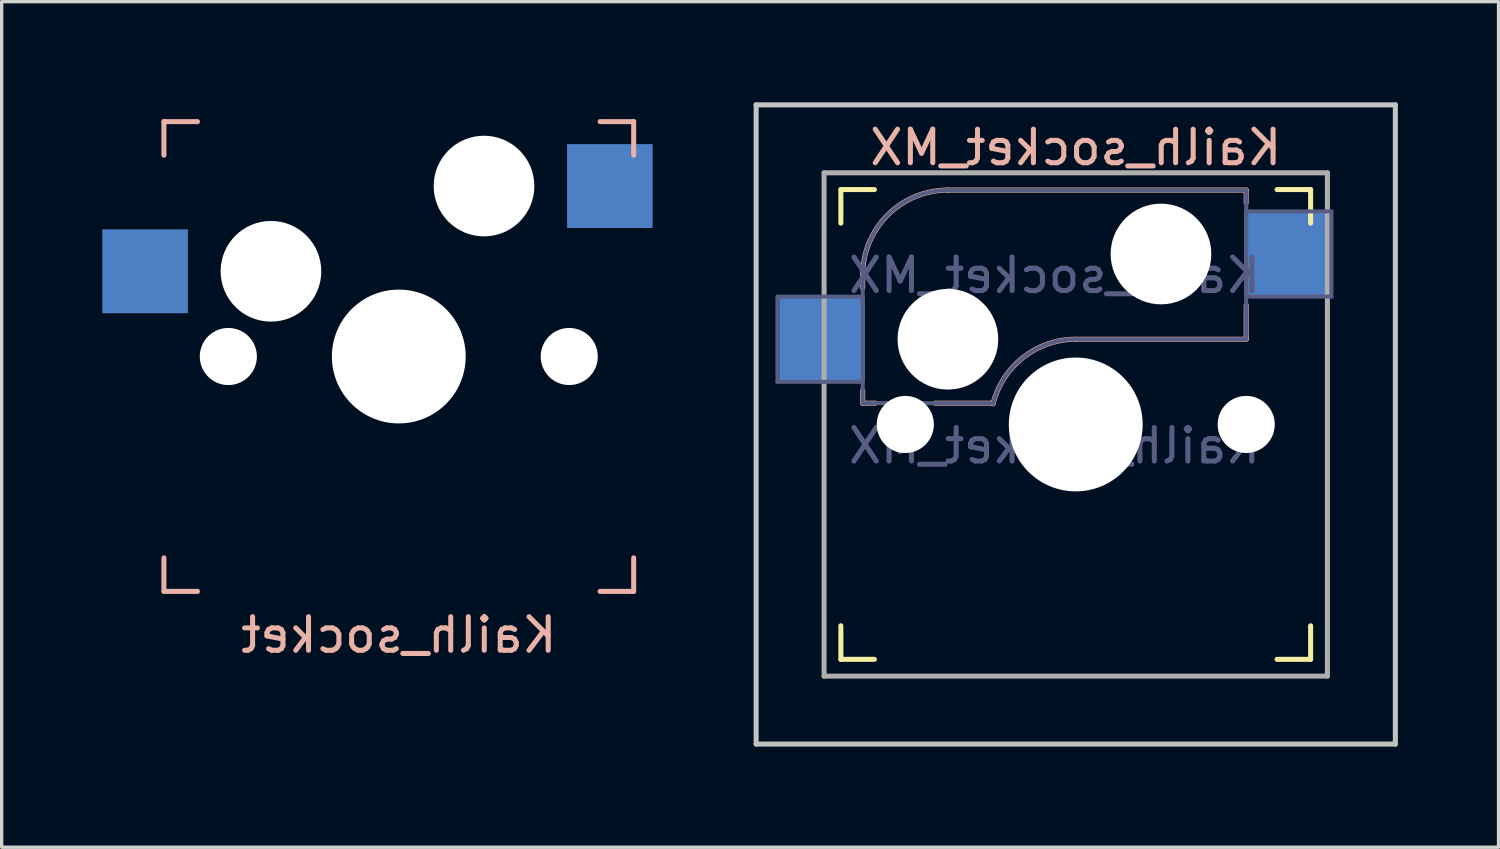
<source format=kicad_pcb>
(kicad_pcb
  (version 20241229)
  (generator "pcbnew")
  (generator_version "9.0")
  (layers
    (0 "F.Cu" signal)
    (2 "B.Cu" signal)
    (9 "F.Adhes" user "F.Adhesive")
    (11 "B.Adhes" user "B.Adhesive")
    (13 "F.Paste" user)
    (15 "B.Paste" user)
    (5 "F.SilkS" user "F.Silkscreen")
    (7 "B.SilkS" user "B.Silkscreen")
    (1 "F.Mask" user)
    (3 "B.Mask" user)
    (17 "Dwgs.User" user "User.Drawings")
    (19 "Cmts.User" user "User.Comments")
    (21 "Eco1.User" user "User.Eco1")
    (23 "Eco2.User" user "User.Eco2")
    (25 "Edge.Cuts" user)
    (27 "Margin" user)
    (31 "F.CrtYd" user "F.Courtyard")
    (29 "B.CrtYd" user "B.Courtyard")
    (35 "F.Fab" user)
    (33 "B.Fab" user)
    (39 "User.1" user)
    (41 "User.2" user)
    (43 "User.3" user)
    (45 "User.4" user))
  (footprint "Kailh_socket_MX"
    (layer "F.Cu")
    (at 29.01 9.6)
    (property "Reference" "Kailh_socket_MX" (at 0 -8.255 0) (layer "B.SilkS") (effects (font (size 1 1) (thickness 0.15)) (justify mirror)))
    (property "Value" "Kailh_socket_MX" (at 0 8.255 0) (layer "F.Fab") (hide yes) (effects (font (size 1 1) (thickness 0.15))))
    (attr smd)
    (fp_line (start -7 -6) (end -7 -7) (stroke (width 0.15) (type solid)) (layer "F.SilkS"))
    (fp_line (start -7 7) (end -7 6) (stroke (width 0.15) (type solid)) (layer "F.SilkS"))
    (fp_line (start -7 7) (end -6 7) (stroke (width 0.15) (type solid)) (layer "F.SilkS"))
    (fp_line (start -6 -7) (end -7 -7) (stroke (width 0.15) (type solid)) (layer "F.SilkS"))
    (fp_line (start 6 7) (end 7 7) (stroke (width 0.15) (type solid)) (layer "F.SilkS"))
    (fp_line (start 7 -7) (end 6 -7) (stroke (width 0.15) (type solid)) (layer "F.SilkS"))
    (fp_line (start 7 -7) (end 7 -6) (stroke (width 0.15) (type solid)) (layer "F.SilkS"))
    (fp_line (start 7 6) (end 7 7) (stroke (width 0.15) (type solid)) (layer "F.SilkS"))
    (fp_line (start -6.35 -4.445) (end -6.35 -4.064) (stroke (width 0.15) (type solid)) (layer "B.SilkS"))
    (fp_line (start -6.35 -1.016) (end -6.35 -0.635) (stroke (width 0.15) (type solid)) (layer "B.SilkS"))
    (fp_line (start -5.969 -0.635) (end -6.35 -0.635) (stroke (width 0.15) (type solid)) (layer "B.SilkS"))
    (fp_line (start -3.81 -6.985) (end 5.08 -6.985) (stroke (width 0.15) (type solid)) (layer "B.SilkS"))
    (fp_line (start -2.464 -0.635) (end -4.191 -0.635) (stroke (width 0.15) (type solid)) (layer "B.SilkS"))
    (fp_line (start 5.08 -6.985) (end 5.08 -6.604) (stroke (width 0.15) (type solid)) (layer "B.SilkS"))
    (fp_line (start 5.08 -3.556) (end 5.08 -2.54) (stroke (width 0.15) (type solid)) (layer "B.SilkS"))
    (fp_line (start 5.08 -2.54) (end 0 -2.54) (stroke (width 0.15) (type solid)) (layer "B.SilkS"))
    (fp_arc (start -6.35 -4.445) (mid -5.606051 -6.241051) (end -3.81 -6.985) (stroke (width 0.15) (type solid)) (layer "B.SilkS"))
    (fp_arc (start -2.464162 -0.61604) (mid -1.563147 -2.002042) (end 0 -2.54) (stroke (width 0.15) (type solid)) (layer "B.SilkS"))
    (fp_line (start -9.525 -9.525) (end 9.525 -9.525) (stroke (width 0.15) (type solid)) (layer "Dwgs.User"))
    (fp_line (start -9.525 9.525) (end -9.525 -9.525) (stroke (width 0.15) (type solid)) (layer "Dwgs.User"))
    (fp_line (start 9.525 -9.525) (end 9.525 9.525) (stroke (width 0.15) (type solid)) (layer "Dwgs.User"))
    (fp_line (start 9.525 9.525) (end -9.525 9.525) (stroke (width 0.15) (type solid)) (layer "Dwgs.User"))
    (fp_line (start -6.9 6.9) (end -6.9 -6.9) (stroke (width 0.15) (type solid)) (layer "Eco2.User"))
    (fp_line (start -6.9 6.9) (end 6.9 6.9) (stroke (width 0.15) (type solid)) (layer "Eco2.User"))
    (fp_line (start 6.9 -6.9) (end -6.9 -6.9) (stroke (width 0.15) (type solid)) (layer "Eco2.User"))
    (fp_line (start 6.9 -6.9) (end 6.9 6.9) (stroke (width 0.15) (type solid)) (layer "Eco2.User"))
    (fp_line (start -8.89 -3.81) (end -6.35 -3.81) (stroke (width 0.12) (type solid)) (layer "B.Fab"))
    (fp_line (start -8.89 -1.27) (end -8.89 -3.81) (stroke (width 0.12) (type solid)) (layer "B.Fab"))
    (fp_line (start -6.35 -1.27) (end -8.89 -1.27) (stroke (width 0.12) (type solid)) (layer "B.Fab"))
    (fp_line (start -6.35 -0.635) (end -6.35 -4.445) (stroke (width 0.12) (type solid)) (layer "B.Fab"))
    (fp_line (start -6.35 -0.635) (end -2.54 -0.635) (stroke (width 0.12) (type solid)) (layer "B.Fab"))
    (fp_line (start -3.81 -6.985) (end 5.08 -6.985) (stroke (width 0.12) (type solid)) (layer "B.Fab"))
    (fp_line (start 5.08 -6.985) (end 5.08 -2.54) (stroke (width 0.12) (type solid)) (layer "B.Fab"))
    (fp_line (start 5.08 -6.35) (end 7.62 -6.35) (stroke (width 0.12) (type solid)) (layer "B.Fab"))
    (fp_line (start 5.08 -2.54) (end 0 -2.54) (stroke (width 0.12) (type solid)) (layer "B.Fab"))
    (fp_line (start 7.62 -6.35) (end 7.62 -3.81) (stroke (width 0.12) (type solid)) (layer "B.Fab"))
    (fp_line (start 7.62 -3.81) (end 5.08 -3.81) (stroke (width 0.12) (type solid)) (layer "B.Fab"))
    (fp_arc (start -6.35 -4.445) (mid -5.606051 -6.241051) (end -3.81 -6.985) (stroke (width 0.12) (type solid)) (layer "B.Fab"))
    (fp_arc (start -2.464162 -0.61604) (mid -1.563147 -2.002042) (end 0 -2.54) (stroke (width 0.12) (type solid)) (layer "B.Fab"))
    (fp_line (start -7.5 -7.5) (end 7.5 -7.5) (stroke (width 0.15) (type solid)) (layer "F.Fab"))
    (fp_line (start -7.5 7.5) (end -7.5 -7.5) (stroke (width 0.15) (type solid)) (layer "F.Fab"))
    (fp_line (start 7.5 -7.5) (end 7.5 7.5) (stroke (width 0.15) (type solid)) (layer "F.Fab"))
    (fp_line (start 7.5 7.5) (end -7.5 7.5) (stroke (width 0.15) (type solid)) (layer "F.Fab"))
    (fp_text user "${REFERENCE}" (at -0.635 -4.445 0) (layer "B.Fab") (effects (font (size 1 1) (thickness 0.15)) (justify mirror)))
    (fp_text user "${VALUE}" (at -0.635 0.635 0) (layer "B.Fab") (effects (font (size 1 1) (thickness 0.15)) (justify mirror)))
    (pad "" np_thru_hole circle (at -5.08 0) (size 1.702 1.702) (drill 1.702) (layers "*.Cu" "*.Mask"))
    (pad "" np_thru_hole circle (at -3.81 -2.54) (size 3 3) (drill 3) (layers "*.Cu" "*.Mask"))
    (pad "" np_thru_hole circle (at 0 0) (size 3.988 3.988) (drill 3.988) (layers "*.Cu" "*.Mask"))
    (pad "" np_thru_hole circle (at 2.54 -5.08) (size 3 3) (drill 3) (layers "*.Cu" "*.Mask"))
    (pad "" np_thru_hole circle (at 5.08 0) (size 1.702 1.702) (drill 1.702) (layers "*.Cu" "*.Mask"))
    (pad "1" smd rect (at 6.29 -5.08) (size 2.55 2.5) (layers "B.Cu" "B.Mask" "B.Paste"))
    (pad "2" smd rect (at -7.56 -2.54) (size 2.55 2.5) (layers "B.Cu" "B.Mask" "B.Paste")))
  (footprint "Kailh_socket"
    (layer "F.Cu")
    (at 8.835 7.575)
    (property "Reference" "Kailh_socket" (at 0 8.3 0) (layer "B.SilkS") (effects (font (size 1 1) (thickness 0.15)) (justify mirror)))
    (attr through_hole)
    (fp_line (start -7 -7) (end -6 -7) (stroke (width 0.15) (type solid)) (layer "B.SilkS"))
    (fp_line (start -7 -6) (end -7 -7) (stroke (width 0.15) (type solid)) (layer "B.SilkS"))
    (fp_line (start -7 7) (end -7 6) (stroke (width 0.15) (type solid)) (layer "B.SilkS"))
    (fp_line (start -6 7) (end -7 7) (stroke (width 0.15) (type solid)) (layer "B.SilkS"))
    (fp_line (start 6 -7) (end 7 -7) (stroke (width 0.15) (type solid)) (layer "B.SilkS"))
    (fp_line (start 7 -7) (end 7 -6) (stroke (width 0.15) (type solid)) (layer "B.SilkS"))
    (fp_line (start 7 6) (end 7 7) (stroke (width 0.15) (type solid)) (layer "B.SilkS"))
    (fp_line (start 7 7) (end 6 7) (stroke (width 0.15) (type solid)) (layer "B.SilkS"))
    (fp_line (start -7.5 -7.5) (end 7.5 -7.5) (stroke (width 0.15) (type solid)) (layer "Eco2.User"))
    (fp_line (start -7.5 7.5) (end -7.5 -7.5) (stroke (width 0.15) (type solid)) (layer "Eco2.User"))
    (fp_line (start -6.9 6.9) (end -6.9 -6.9) (stroke (width 0.15) (type solid)) (layer "Eco2.User"))
    (fp_line (start -6.9 6.9) (end 6.9 6.9) (stroke (width 0.15) (type solid)) (layer "Eco2.User"))
    (fp_line (start 6.9 -6.9) (end -6.9 -6.9) (stroke (width 0.15) (type solid)) (layer "Eco2.User"))
    (fp_line (start 6.9 -6.9) (end 6.9 6.9) (stroke (width 0.15) (type solid)) (layer "Eco2.User"))
    (fp_line (start 7.5 -7.5) (end 7.5 7.5) (stroke (width 0.15) (type solid)) (layer "Eco2.User"))
    (fp_line (start 7.5 7.5) (end -7.5 7.5) (stroke (width 0.15) (type solid)) (layer "Eco2.User"))
    (pad "" np_thru_hole circle (at -5.08 0) (size 1.702 1.702) (drill 1.702) (layers "*.Cu" "*.Mask"))
    (pad "" np_thru_hole circle (at -3.81 -2.54) (size 3 3) (drill 3) (layers "*.Cu" "*.Mask"))
    (pad "" np_thru_hole circle (at 0 0) (size 3.988 3.988) (drill 3.988) (layers "*.Cu" "*.Mask"))
    (pad "" np_thru_hole circle (at 2.54 -5.08) (size 3 3) (drill 3) (layers "*.Cu" "*.Mask"))
    (pad "" np_thru_hole circle (at 5.08 0) (size 1.702 1.702) (drill 1.702) (layers "*.Cu" "*.Mask"))
    (pad "1" smd rect (at 6.29 -5.08) (size 2.55 2.5) (layers "B.Cu" "B.Mask" "B.Paste"))
    (pad "2" smd rect (at -7.56 -2.54) (size 2.55 2.5) (layers "B.Cu" "B.Mask" "B.Paste")))
  (gr_rect
    (start -3 -3)
    (end 41.61 22.2)
    (stroke (width 0.1) (type default))
    (fill no)
    (layer "Edge.Cuts")))
</source>
